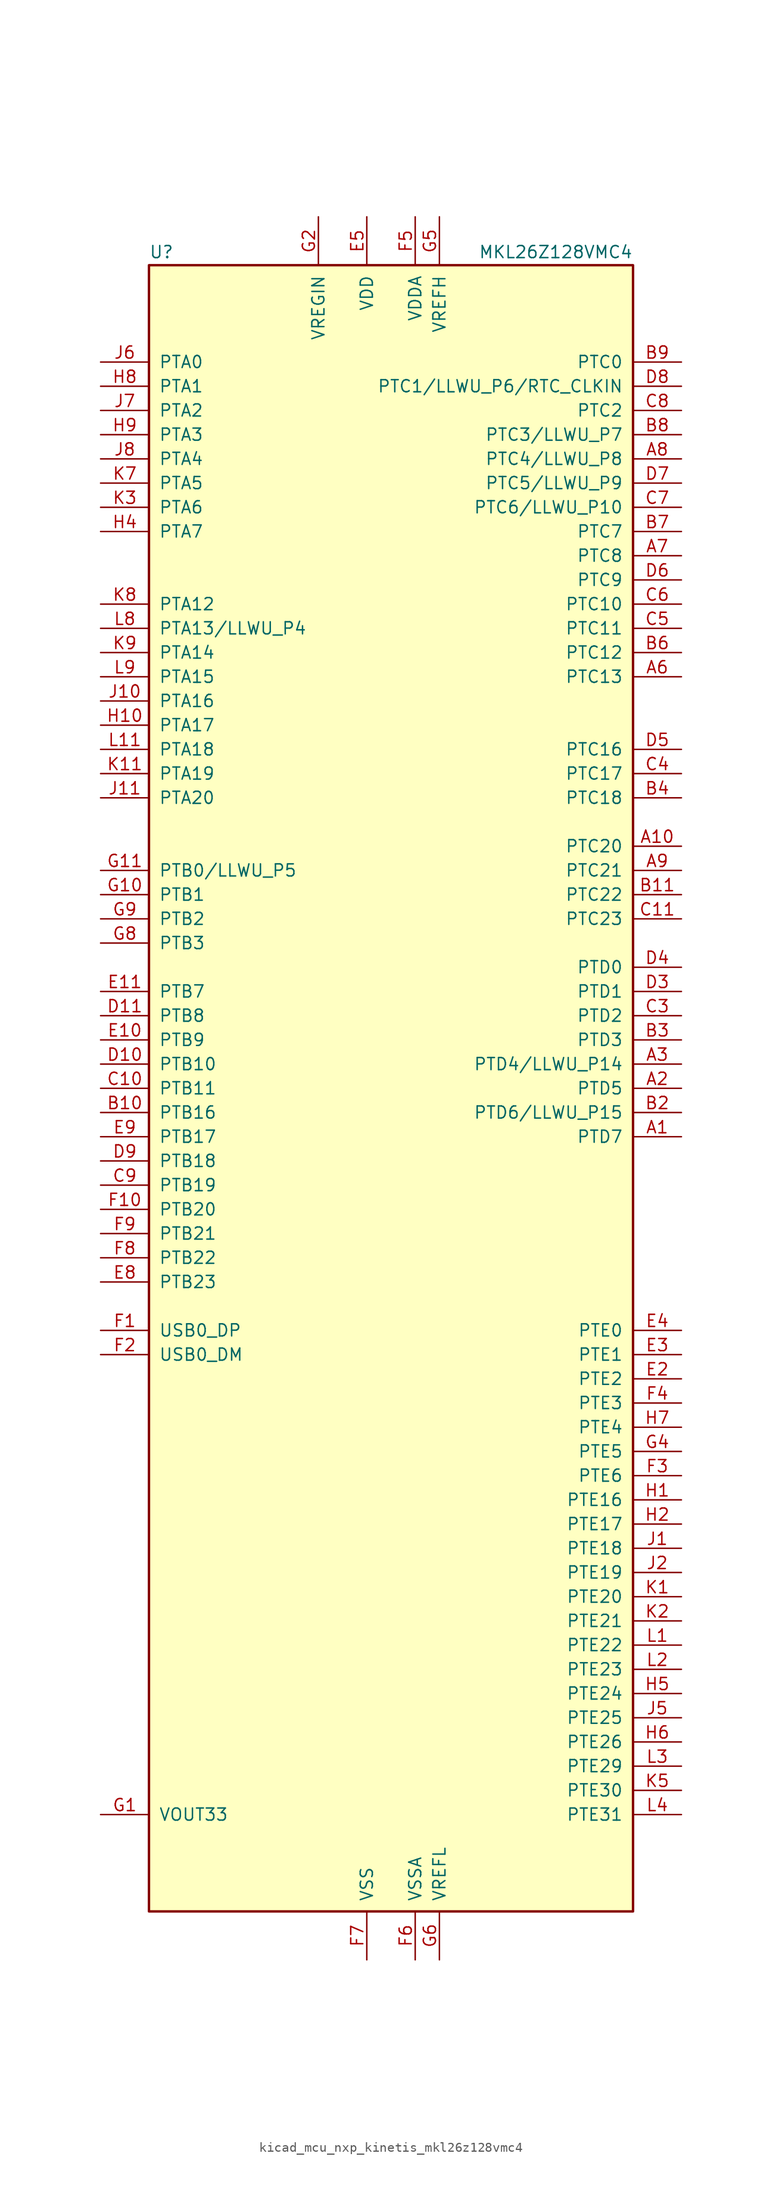
<source format=kicad_sym>
(kicad_symbol_lib
  (version 20220914)
  (generator kicad_symbol_editor)
  (symbol "kicad_mcu_nxp_kinetis_mkl26z128vmc4"
    (pin_names
      (offset 1.016))
    (property "Reference" "U"
      (at -25.4 86.995 0)
      (effects (font (size 1.27 1.27)) (justify left bottom)))
    (property "Value" "MKL26Z128VMC4"
      (at 25.4 86.995 0)
      (effects (font (size 1.27 1.27)) (justify right bottom)))
    (symbol "kicad_mcu_nxp_kinetis_mkl26z128vmc4_0_1"
      (rectangle (start -25.4 86.36) (end 25.4 -86.36) (stroke (width 0.254) (type default)) (fill (type background))))
    (symbol "kicad_mcu_nxp_kinetis_mkl26z128vmc4_1_1"
      (pin bidirectional line (at 30.48 -5.08 180) (length 5.08) (name "PTD7" (effects (font (size 1.27 1.27)))) (number "A1" (effects (font (size 1.27 1.27)))))
      (pin bidirectional line (at 30.48 25.4 180) (length 5.08) (name "PTC20" (effects (font (size 1.27 1.27)))) (number "A10" (effects (font (size 1.27 1.27)))))
      (pin no_connect line (at -15.24 -86.36 90) (length 5.08) hide (name "NC" (effects (font (size 1.27 1.27)))) (number "A11" (effects (font (size 1.27 1.27)))))
      (pin bidirectional line (at 30.48 0 180) (length 5.08) (name "PTD5" (effects (font (size 1.27 1.27)))) (number "A2" (effects (font (size 1.27 1.27)))))
      (pin bidirectional line (at 30.48 2.54 180) (length 5.08) (name "PTD4/LLWU_P14" (effects (font (size 1.27 1.27)))) (number "A3" (effects (font (size 1.27 1.27)))))
      (pin no_connect line (at 25.4 27.94 180) (length 5.08) hide (name "NC" (effects (font (size 1.27 1.27)))) (number "A4" (effects (font (size 1.27 1.27)))))
      (pin no_connect line (at 25.4 40.64 180) (length 5.08) hide (name "NC" (effects (font (size 1.27 1.27)))) (number "A5" (effects (font (size 1.27 1.27)))))
      (pin bidirectional line (at 30.48 43.18 180) (length 5.08) (name "PTC13" (effects (font (size 1.27 1.27)))) (number "A6" (effects (font (size 1.27 1.27)))))
      (pin bidirectional line (at 30.48 55.88 180) (length 5.08) (name "PTC8" (effects (font (size 1.27 1.27)))) (number "A7" (effects (font (size 1.27 1.27)))))
      (pin bidirectional line (at 30.48 66.04 180) (length 5.08) (name "PTC4/LLWU_P8" (effects (font (size 1.27 1.27)))) (number "A8" (effects (font (size 1.27 1.27)))))
      (pin bidirectional line (at 30.48 22.86 180) (length 5.08) (name "PTC21" (effects (font (size 1.27 1.27)))) (number "A9" (effects (font (size 1.27 1.27)))))
      (pin no_connect line (at 25.4 -7.62 180) (length 5.08) hide (name "NC" (effects (font (size 1.27 1.27)))) (number "B1" (effects (font (size 1.27 1.27)))))
      (pin bidirectional line (at -30.48 -2.54 0) (length 5.08) (name "PTB16" (effects (font (size 1.27 1.27)))) (number "B10" (effects (font (size 1.27 1.27)))))
      (pin bidirectional line (at 30.48 20.32 180) (length 5.08) (name "PTC22" (effects (font (size 1.27 1.27)))) (number "B11" (effects (font (size 1.27 1.27)))))
      (pin bidirectional line (at 30.48 -2.54 180) (length 5.08) (name "PTD6/LLWU_P15" (effects (font (size 1.27 1.27)))) (number "B2" (effects (font (size 1.27 1.27)))))
      (pin bidirectional line (at 30.48 5.08 180) (length 5.08) (name "PTD3" (effects (font (size 1.27 1.27)))) (number "B3" (effects (font (size 1.27 1.27)))))
      (pin bidirectional line (at 30.48 30.48 180) (length 5.08) (name "PTC18" (effects (font (size 1.27 1.27)))) (number "B4" (effects (font (size 1.27 1.27)))))
      (pin no_connect line (at 25.4 38.1 180) (length 5.08) hide (name "NC" (effects (font (size 1.27 1.27)))) (number "B5" (effects (font (size 1.27 1.27)))))
      (pin bidirectional line (at 30.48 45.72 180) (length 5.08) (name "PTC12" (effects (font (size 1.27 1.27)))) (number "B6" (effects (font (size 1.27 1.27)))))
      (pin bidirectional line (at 30.48 58.42 180) (length 5.08) (name "PTC7" (effects (font (size 1.27 1.27)))) (number "B7" (effects (font (size 1.27 1.27)))))
      (pin bidirectional line (at 30.48 68.58 180) (length 5.08) (name "PTC3/LLWU_P7" (effects (font (size 1.27 1.27)))) (number "B8" (effects (font (size 1.27 1.27)))))
      (pin bidirectional line (at 30.48 76.2 180) (length 5.08) (name "PTC0" (effects (font (size 1.27 1.27)))) (number "B9" (effects (font (size 1.27 1.27)))))
      (pin no_connect line (at 25.4 -12.7 180) (length 5.08) hide (name "NC" (effects (font (size 1.27 1.27)))) (number "C1" (effects (font (size 1.27 1.27)))))
      (pin bidirectional line (at -30.48 0 0) (length 5.08) (name "PTB11" (effects (font (size 1.27 1.27)))) (number "C10" (effects (font (size 1.27 1.27)))))
      (pin bidirectional line (at 30.48 17.78 180) (length 5.08) (name "PTC23" (effects (font (size 1.27 1.27)))) (number "C11" (effects (font (size 1.27 1.27)))))
      (pin no_connect line (at 25.4 -10.16 180) (length 5.08) hide (name "NC" (effects (font (size 1.27 1.27)))) (number "C2" (effects (font (size 1.27 1.27)))))
      (pin bidirectional line (at 30.48 7.62 180) (length 5.08) (name "PTD2" (effects (font (size 1.27 1.27)))) (number "C3" (effects (font (size 1.27 1.27)))))
      (pin bidirectional line (at 30.48 33.02 180) (length 5.08) (name "PTC17" (effects (font (size 1.27 1.27)))) (number "C4" (effects (font (size 1.27 1.27)))))
      (pin bidirectional line (at 30.48 48.26 180) (length 5.08) (name "PTC11" (effects (font (size 1.27 1.27)))) (number "C5" (effects (font (size 1.27 1.27)))))
      (pin bidirectional line (at 30.48 50.8 180) (length 5.08) (name "PTC10" (effects (font (size 1.27 1.27)))) (number "C6" (effects (font (size 1.27 1.27)))))
      (pin bidirectional line (at 30.48 60.96 180) (length 5.08) (name "PTC6/LLWU_P10" (effects (font (size 1.27 1.27)))) (number "C7" (effects (font (size 1.27 1.27)))))
      (pin bidirectional line (at 30.48 71.12 180) (length 5.08) (name "PTC2" (effects (font (size 1.27 1.27)))) (number "C8" (effects (font (size 1.27 1.27)))))
      (pin bidirectional line (at -30.48 -10.16 0) (length 5.08) (name "PTB19" (effects (font (size 1.27 1.27)))) (number "C9" (effects (font (size 1.27 1.27)))))
      (pin no_connect line (at 25.4 -17.78 180) (length 5.08) hide (name "NC" (effects (font (size 1.27 1.27)))) (number "D1" (effects (font (size 1.27 1.27)))))
      (pin bidirectional line (at -30.48 2.54 0) (length 5.08) (name "PTB10" (effects (font (size 1.27 1.27)))) (number "D10" (effects (font (size 1.27 1.27)))))
      (pin bidirectional line (at -30.48 7.62 0) (length 5.08) (name "PTB8" (effects (font (size 1.27 1.27)))) (number "D11" (effects (font (size 1.27 1.27)))))
      (pin no_connect line (at 25.4 -15.24 180) (length 5.08) hide (name "NC" (effects (font (size 1.27 1.27)))) (number "D2" (effects (font (size 1.27 1.27)))))
      (pin bidirectional line (at 30.48 10.16 180) (length 5.08) (name "PTD1" (effects (font (size 1.27 1.27)))) (number "D3" (effects (font (size 1.27 1.27)))))
      (pin bidirectional line (at 30.48 12.7 180) (length 5.08) (name "PTD0" (effects (font (size 1.27 1.27)))) (number "D4" (effects (font (size 1.27 1.27)))))
      (pin bidirectional line (at 30.48 35.56 180) (length 5.08) (name "PTC16" (effects (font (size 1.27 1.27)))) (number "D5" (effects (font (size 1.27 1.27)))))
      (pin bidirectional line (at 30.48 53.34 180) (length 5.08) (name "PTC9" (effects (font (size 1.27 1.27)))) (number "D6" (effects (font (size 1.27 1.27)))))
      (pin bidirectional line (at 30.48 63.5 180) (length 5.08) (name "PTC5/LLWU_P9" (effects (font (size 1.27 1.27)))) (number "D7" (effects (font (size 1.27 1.27)))))
      (pin bidirectional line (at 30.48 73.66 180) (length 5.08) (name "PTC1/LLWU_P6/RTC_CLKIN" (effects (font (size 1.27 1.27)))) (number "D8" (effects (font (size 1.27 1.27)))))
      (pin bidirectional line (at -30.48 -7.62 0) (length 5.08) (name "PTB18" (effects (font (size 1.27 1.27)))) (number "D9" (effects (font (size 1.27 1.27)))))
      (pin no_connect line (at 25.4 -20.32 180) (length 5.08) hide (name "NC" (effects (font (size 1.27 1.27)))) (number "E1" (effects (font (size 1.27 1.27)))))
      (pin bidirectional line (at -30.48 5.08 0) (length 5.08) (name "PTB9" (effects (font (size 1.27 1.27)))) (number "E10" (effects (font (size 1.27 1.27)))))
      (pin bidirectional line (at -30.48 10.16 0) (length 5.08) (name "PTB7" (effects (font (size 1.27 1.27)))) (number "E11" (effects (font (size 1.27 1.27)))))
      (pin bidirectional line (at 30.48 -30.48 180) (length 5.08) (name "PTE2" (effects (font (size 1.27 1.27)))) (number "E2" (effects (font (size 1.27 1.27)))))
      (pin bidirectional line (at 30.48 -27.94 180) (length 5.08) (name "PTE1" (effects (font (size 1.27 1.27)))) (number "E3" (effects (font (size 1.27 1.27)))))
      (pin bidirectional line (at 30.48 -25.4 180) (length 5.08) (name "PTE0" (effects (font (size 1.27 1.27)))) (number "E4" (effects (font (size 1.27 1.27)))))
      (pin power_in line (at -2.54 91.44 270) (length 5.08) (name "VDD" (effects (font (size 1.27 1.27)))) (number "E5" (effects (font (size 1.27 1.27)))))
      (pin passive line (at -2.54 91.44 270) (length 5.08) hide (name "VDD" (effects (font (size 1.27 1.27)))) (number "E6" (effects (font (size 1.27 1.27)))))
      (pin passive line (at -2.54 91.44 270) (length 5.08) hide (name "VDD" (effects (font (size 1.27 1.27)))) (number "E7" (effects (font (size 1.27 1.27)))))
      (pin bidirectional line (at -30.48 -20.32 0) (length 5.08) (name "PTB23" (effects (font (size 1.27 1.27)))) (number "E8" (effects (font (size 1.27 1.27)))))
      (pin bidirectional line (at -30.48 -5.08 0) (length 5.08) (name "PTB17" (effects (font (size 1.27 1.27)))) (number "E9" (effects (font (size 1.27 1.27)))))
      (pin bidirectional line (at -30.48 -25.4 0) (length 5.08) (name "USB0_DP" (effects (font (size 1.27 1.27)))) (number "F1" (effects (font (size 1.27 1.27)))))
      (pin bidirectional line (at -30.48 -12.7 0) (length 5.08) (name "PTB20" (effects (font (size 1.27 1.27)))) (number "F10" (effects (font (size 1.27 1.27)))))
      (pin no_connect line (at -25.4 12.7 0) (length 5.08) hide (name "NC" (effects (font (size 1.27 1.27)))) (number "F11" (effects (font (size 1.27 1.27)))))
      (pin bidirectional line (at -30.48 -27.94 0) (length 5.08) (name "USB0_DM" (effects (font (size 1.27 1.27)))) (number "F2" (effects (font (size 1.27 1.27)))))
      (pin bidirectional line (at 30.48 -40.64 180) (length 5.08) (name "PTE6" (effects (font (size 1.27 1.27)))) (number "F3" (effects (font (size 1.27 1.27)))))
      (pin bidirectional line (at 30.48 -33.02 180) (length 5.08) (name "PTE3" (effects (font (size 1.27 1.27)))) (number "F4" (effects (font (size 1.27 1.27)))))
      (pin power_in line (at 2.54 91.44 270) (length 5.08) (name "VDDA" (effects (font (size 1.27 1.27)))) (number "F5" (effects (font (size 1.27 1.27)))))
      (pin power_in line (at 2.54 -91.44 90) (length 5.08) (name "VSSA" (effects (font (size 1.27 1.27)))) (number "F6" (effects (font (size 1.27 1.27)))))
      (pin power_in line (at -2.54 -91.44 90) (length 5.08) (name "VSS" (effects (font (size 1.27 1.27)))) (number "F7" (effects (font (size 1.27 1.27)))))
      (pin bidirectional line (at -30.48 -17.78 0) (length 5.08) (name "PTB22" (effects (font (size 1.27 1.27)))) (number "F8" (effects (font (size 1.27 1.27)))))
      (pin bidirectional line (at -30.48 -15.24 0) (length 5.08) (name "PTB21" (effects (font (size 1.27 1.27)))) (number "F9" (effects (font (size 1.27 1.27)))))
      (pin power_out line (at -30.48 -76.2 0) (length 5.08) (name "VOUT33" (effects (font (size 1.27 1.27)))) (number "G1" (effects (font (size 1.27 1.27)))))
      (pin bidirectional line (at -30.48 20.32 0) (length 5.08) (name "PTB1" (effects (font (size 1.27 1.27)))) (number "G10" (effects (font (size 1.27 1.27)))))
      (pin bidirectional line (at -30.48 22.86 0) (length 5.08) (name "PTB0/LLWU_P5" (effects (font (size 1.27 1.27)))) (number "G11" (effects (font (size 1.27 1.27)))))
      (pin power_in line (at -7.62 91.44 270) (length 5.08) (name "VREGIN" (effects (font (size 1.27 1.27)))) (number "G2" (effects (font (size 1.27 1.27)))))
      (pin passive line (at -2.54 -91.44 90) (length 5.08) hide (name "VSS" (effects (font (size 1.27 1.27)))) (number "G3" (effects (font (size 1.27 1.27)))))
      (pin bidirectional line (at 30.48 -38.1 180) (length 5.08) (name "PTE5" (effects (font (size 1.27 1.27)))) (number "G4" (effects (font (size 1.27 1.27)))))
      (pin power_in line (at 5.08 91.44 270) (length 5.08) (name "VREFH" (effects (font (size 1.27 1.27)))) (number "G5" (effects (font (size 1.27 1.27)))))
      (pin power_in line (at 5.08 -91.44 90) (length 5.08) (name "VREFL" (effects (font (size 1.27 1.27)))) (number "G6" (effects (font (size 1.27 1.27)))))
      (pin passive line (at -2.54 -91.44 90) (length 5.08) hide (name "VSS" (effects (font (size 1.27 1.27)))) (number "G7" (effects (font (size 1.27 1.27)))))
      (pin bidirectional line (at -30.48 15.24 0) (length 5.08) (name "PTB3" (effects (font (size 1.27 1.27)))) (number "G8" (effects (font (size 1.27 1.27)))))
      (pin bidirectional line (at -30.48 17.78 0) (length 5.08) (name "PTB2" (effects (font (size 1.27 1.27)))) (number "G9" (effects (font (size 1.27 1.27)))))
      (pin bidirectional line (at 30.48 -43.18 180) (length 5.08) (name "PTE16" (effects (font (size 1.27 1.27)))) (number "H1" (effects (font (size 1.27 1.27)))))
      (pin bidirectional line (at -30.48 38.1 0) (length 5.08) (name "PTA17" (effects (font (size 1.27 1.27)))) (number "H10" (effects (font (size 1.27 1.27)))))
      (pin no_connect line (at -25.4 27.94 0) (length 5.08) hide (name "NC" (effects (font (size 1.27 1.27)))) (number "H11" (effects (font (size 1.27 1.27)))))
      (pin bidirectional line (at 30.48 -45.72 180) (length 5.08) (name "PTE17" (effects (font (size 1.27 1.27)))) (number "H2" (effects (font (size 1.27 1.27)))))
      (pin no_connect line (at -25.4 -63.5 0) (length 5.08) hide (name "NC" (effects (font (size 1.27 1.27)))) (number "H3" (effects (font (size 1.27 1.27)))))
      (pin bidirectional line (at -30.48 58.42 0) (length 5.08) (name "PTA7" (effects (font (size 1.27 1.27)))) (number "H4" (effects (font (size 1.27 1.27)))))
      (pin bidirectional line (at 30.48 -63.5 180) (length 5.08) (name "PTE24" (effects (font (size 1.27 1.27)))) (number "H5" (effects (font (size 1.27 1.27)))))
      (pin bidirectional line (at 30.48 -68.58 180) (length 5.08) (name "PTE26" (effects (font (size 1.27 1.27)))) (number "H6" (effects (font (size 1.27 1.27)))))
      (pin bidirectional line (at 30.48 -35.56 180) (length 5.08) (name "PTE4" (effects (font (size 1.27 1.27)))) (number "H7" (effects (font (size 1.27 1.27)))))
      (pin bidirectional line (at -30.48 73.66 0) (length 5.08) (name "PTA1" (effects (font (size 1.27 1.27)))) (number "H8" (effects (font (size 1.27 1.27)))))
      (pin bidirectional line (at -30.48 68.58 0) (length 5.08) (name "PTA3" (effects (font (size 1.27 1.27)))) (number "H9" (effects (font (size 1.27 1.27)))))
      (pin bidirectional line (at 30.48 -48.26 180) (length 5.08) (name "PTE18" (effects (font (size 1.27 1.27)))) (number "J1" (effects (font (size 1.27 1.27)))))
      (pin bidirectional line (at -30.48 40.64 0) (length 5.08) (name "PTA16" (effects (font (size 1.27 1.27)))) (number "J10" (effects (font (size 1.27 1.27)))))
      (pin bidirectional line (at -30.48 30.48 0) (length 5.08) (name "PTA20" (effects (font (size 1.27 1.27)))) (number "J11" (effects (font (size 1.27 1.27)))))
      (pin bidirectional line (at 30.48 -50.8 180) (length 5.08) (name "PTE19" (effects (font (size 1.27 1.27)))) (number "J2" (effects (font (size 1.27 1.27)))))
      (pin no_connect line (at -25.4 -66.04 0) (length 5.08) hide (name "NC" (effects (font (size 1.27 1.27)))) (number "J3" (effects (font (size 1.27 1.27)))))
      (pin no_connect line (at -25.4 53.34 0) (length 5.08) hide (name "NC" (effects (font (size 1.27 1.27)))) (number "J4" (effects (font (size 1.27 1.27)))))
      (pin bidirectional line (at 30.48 -66.04 180) (length 5.08) (name "PTE25" (effects (font (size 1.27 1.27)))) (number "J5" (effects (font (size 1.27 1.27)))))
      (pin bidirectional line (at -30.48 76.2 0) (length 5.08) (name "PTA0" (effects (font (size 1.27 1.27)))) (number "J6" (effects (font (size 1.27 1.27)))))
      (pin bidirectional line (at -30.48 71.12 0) (length 5.08) (name "PTA2" (effects (font (size 1.27 1.27)))) (number "J7" (effects (font (size 1.27 1.27)))))
      (pin bidirectional line (at -30.48 66.04 0) (length 5.08) (name "PTA4" (effects (font (size 1.27 1.27)))) (number "J8" (effects (font (size 1.27 1.27)))))
      (pin no_connect line (at -25.4 55.88 0) (length 5.08) hide (name "NC" (effects (font (size 1.27 1.27)))) (number "J9" (effects (font (size 1.27 1.27)))))
      (pin bidirectional line (at 30.48 -53.34 180) (length 5.08) (name "PTE20" (effects (font (size 1.27 1.27)))) (number "K1" (effects (font (size 1.27 1.27)))))
      (pin passive line (at -2.54 -91.44 90) (length 5.08) hide (name "VSS" (effects (font (size 1.27 1.27)))) (number "K10" (effects (font (size 1.27 1.27)))))
      (pin bidirectional line (at -30.48 33.02 0) (length 5.08) (name "PTA19" (effects (font (size 1.27 1.27)))) (number "K11" (effects (font (size 1.27 1.27)))))
      (pin bidirectional line (at 30.48 -55.88 180) (length 5.08) (name "PTE21" (effects (font (size 1.27 1.27)))) (number "K2" (effects (font (size 1.27 1.27)))))
      (pin bidirectional line (at -30.48 60.96 0) (length 5.08) (name "PTA6" (effects (font (size 1.27 1.27)))) (number "K3" (effects (font (size 1.27 1.27)))))
      (pin no_connect line (at -25.4 -68.58 0) (length 5.08) hide (name "NC" (effects (font (size 1.27 1.27)))) (number "K4" (effects (font (size 1.27 1.27)))))
      (pin bidirectional line (at 30.48 -73.66 180) (length 5.08) (name "PTE30" (effects (font (size 1.27 1.27)))) (number "K5" (effects (font (size 1.27 1.27)))))
      (pin passive line (at -2.54 91.44 270) (length 5.08) hide (name "VDD" (effects (font (size 1.27 1.27)))) (number "K6" (effects (font (size 1.27 1.27)))))
      (pin bidirectional line (at -30.48 63.5 0) (length 5.08) (name "PTA5" (effects (font (size 1.27 1.27)))) (number "K7" (effects (font (size 1.27 1.27)))))
      (pin bidirectional line (at -30.48 50.8 0) (length 5.08) (name "PTA12" (effects (font (size 1.27 1.27)))) (number "K8" (effects (font (size 1.27 1.27)))))
      (pin bidirectional line (at -30.48 45.72 0) (length 5.08) (name "PTA14" (effects (font (size 1.27 1.27)))) (number "K9" (effects (font (size 1.27 1.27)))))
      (pin bidirectional line (at 30.48 -58.42 180) (length 5.08) (name "PTE22" (effects (font (size 1.27 1.27)))) (number "L1" (effects (font (size 1.27 1.27)))))
      (pin passive line (at -2.54 91.44 270) (length 5.08) hide (name "VDD" (effects (font (size 1.27 1.27)))) (number "L10" (effects (font (size 1.27 1.27)))))
      (pin bidirectional line (at -30.48 35.56 0) (length 5.08) (name "PTA18" (effects (font (size 1.27 1.27)))) (number "L11" (effects (font (size 1.27 1.27)))))
      (pin bidirectional line (at 30.48 -60.96 180) (length 5.08) (name "PTE23" (effects (font (size 1.27 1.27)))) (number "L2" (effects (font (size 1.27 1.27)))))
      (pin bidirectional line (at 30.48 -71.12 180) (length 5.08) (name "PTE29" (effects (font (size 1.27 1.27)))) (number "L3" (effects (font (size 1.27 1.27)))))
      (pin bidirectional line (at 30.48 -76.2 180) (length 5.08) (name "PTE31" (effects (font (size 1.27 1.27)))) (number "L4" (effects (font (size 1.27 1.27)))))
      (pin passive line (at -2.54 -91.44 90) (length 5.08) hide (name "VSS" (effects (font (size 1.27 1.27)))) (number "L5" (effects (font (size 1.27 1.27)))))
      (pin passive line (at -2.54 -91.44 90) (length 5.08) hide (name "VSS" (effects (font (size 1.27 1.27)))) (number "L6" (effects (font (size 1.27 1.27)))))
      (pin no_connect line (at -25.4 -71.12 0) (length 5.08) hide (name "NC" (effects (font (size 1.27 1.27)))) (number "L7" (effects (font (size 1.27 1.27)))))
      (pin bidirectional line (at -30.48 48.26 0) (length 5.08) (name "PTA13/LLWU_P4" (effects (font (size 1.27 1.27)))) (number "L8" (effects (font (size 1.27 1.27)))))
      (pin bidirectional line (at -30.48 43.18 0) (length 5.08) (name "PTA15" (effects (font (size 1.27 1.27)))) (number "L9" (effects (font (size 1.27 1.27))))))))
</source>
